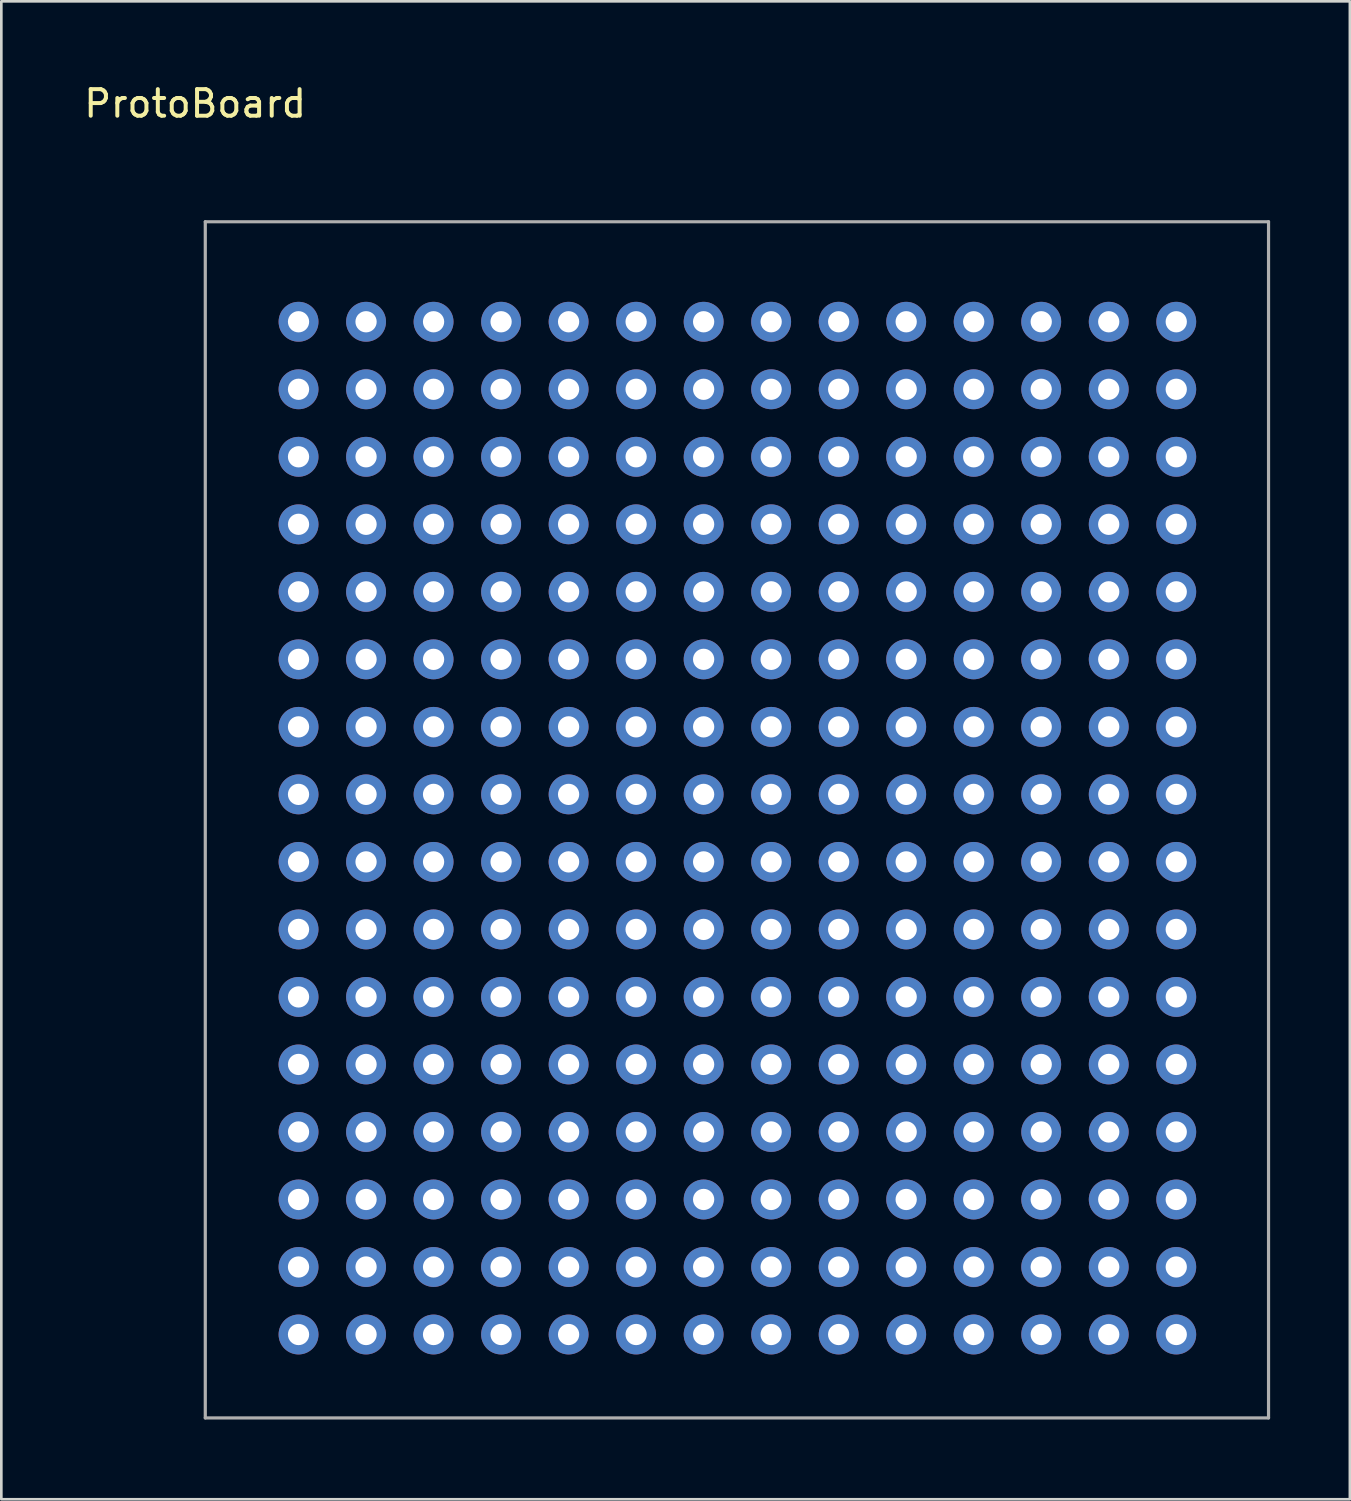
<source format=kicad_pcb>
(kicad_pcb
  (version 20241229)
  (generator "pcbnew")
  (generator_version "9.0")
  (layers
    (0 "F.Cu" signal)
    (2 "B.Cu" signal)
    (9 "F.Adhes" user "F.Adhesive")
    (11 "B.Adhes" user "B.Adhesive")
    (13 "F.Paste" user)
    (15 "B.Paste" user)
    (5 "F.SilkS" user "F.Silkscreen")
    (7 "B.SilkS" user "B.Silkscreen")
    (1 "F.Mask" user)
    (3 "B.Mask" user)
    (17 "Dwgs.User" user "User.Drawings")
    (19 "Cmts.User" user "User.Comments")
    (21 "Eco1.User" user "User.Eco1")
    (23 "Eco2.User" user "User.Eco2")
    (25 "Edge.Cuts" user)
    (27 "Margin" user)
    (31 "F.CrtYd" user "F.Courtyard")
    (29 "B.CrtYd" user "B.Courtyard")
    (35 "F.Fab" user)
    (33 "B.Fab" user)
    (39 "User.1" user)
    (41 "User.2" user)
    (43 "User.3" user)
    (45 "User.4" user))
  (footprint "ProtoBoard"
    (layer "F.Cu")
    (at 4.673 5.293)
    (property "Reference" "ProtoBoard" (at -0.381 -4.445 0) (layer "F.SilkS") (effects (font (size 1 1) (thickness 0.15))))
    (attr through_hole)
    (fp_line (start 0 0) (end 0 45) (stroke (width 0.12) (type solid)) (layer "F.Fab"))
    (fp_line (start 0 0) (end 40 0) (stroke (width 0.12) (type solid)) (layer "F.Fab"))
    (fp_line (start 0 45) (end 40 45) (stroke (width 0.12) (type solid)) (layer "F.Fab"))
    (fp_line (start 40 0) (end 40 45) (stroke (width 0.12) (type solid)) (layer "F.Fab"))
    (pad "1" thru_hole circle (at 3.508 3.762) (size 1.5 1.5) (drill 0.8) (layers "*.Cu" "*.Mask"))
    (pad "2" thru_hole circle (at 3.508 6.302) (size 1.5 1.5) (drill 0.8) (layers "*.Cu" "*.Mask"))
    (pad "3" thru_hole circle (at 3.508 8.842) (size 1.5 1.5) (drill 0.8) (layers "*.Cu" "*.Mask"))
    (pad "4" thru_hole circle (at 3.508 11.382) (size 1.5 1.5) (drill 0.8) (layers "*.Cu" "*.Mask"))
    (pad "5" thru_hole circle (at 3.508 13.922) (size 1.5 1.5) (drill 0.8) (layers "*.Cu" "*.Mask"))
    (pad "6" thru_hole circle (at 3.508 16.462) (size 1.5 1.5) (drill 0.8) (layers "*.Cu" "*.Mask"))
    (pad "7" thru_hole circle (at 3.508 19.002) (size 1.5 1.5) (drill 0.8) (layers "*.Cu" "*.Mask"))
    (pad "8" thru_hole circle (at 3.508 21.542) (size 1.5 1.5) (drill 0.8) (layers "*.Cu" "*.Mask"))
    (pad "9" thru_hole circle (at 3.508 24.082) (size 1.5 1.5) (drill 0.8) (layers "*.Cu" "*.Mask"))
    (pad "10" thru_hole circle (at 3.508 26.622) (size 1.5 1.5) (drill 0.8) (layers "*.Cu" "*.Mask"))
    (pad "11" thru_hole circle (at 3.508 29.162) (size 1.5 1.5) (drill 0.8) (layers "*.Cu" "*.Mask"))
    (pad "12" thru_hole circle (at 3.508 31.702) (size 1.5 1.5) (drill 0.8) (layers "*.Cu" "*.Mask"))
    (pad "13" thru_hole circle (at 3.508 34.242) (size 1.5 1.5) (drill 0.8) (layers "*.Cu" "*.Mask"))
    (pad "14" thru_hole circle (at 3.508 36.782) (size 1.5 1.5) (drill 0.8) (layers "*.Cu" "*.Mask"))
    (pad "15" thru_hole circle (at 3.508 39.322) (size 1.5 1.5) (drill 0.8) (layers "*.Cu" "*.Mask"))
    (pad "16" thru_hole circle (at 3.508 41.862) (size 1.5 1.5) (drill 0.8) (layers "*.Cu" "*.Mask"))
    (pad "17" thru_hole circle (at 6.048 3.762) (size 1.5 1.5) (drill 0.8) (layers "*.Cu" "*.Mask"))
    (pad "18" thru_hole circle (at 6.048 6.302) (size 1.5 1.5) (drill 0.8) (layers "*.Cu" "*.Mask"))
    (pad "19" thru_hole circle (at 6.048 8.842) (size 1.5 1.5) (drill 0.8) (layers "*.Cu" "*.Mask"))
    (pad "20" thru_hole circle (at 6.048 11.382) (size 1.5 1.5) (drill 0.8) (layers "*.Cu" "*.Mask"))
    (pad "21" thru_hole circle (at 6.048 13.922) (size 1.5 1.5) (drill 0.8) (layers "*.Cu" "*.Mask"))
    (pad "22" thru_hole circle (at 6.048 16.462) (size 1.5 1.5) (drill 0.8) (layers "*.Cu" "*.Mask"))
    (pad "23" thru_hole circle (at 6.048 19.002) (size 1.5 1.5) (drill 0.8) (layers "*.Cu" "*.Mask"))
    (pad "24" thru_hole circle (at 6.048 21.542) (size 1.5 1.5) (drill 0.8) (layers "*.Cu" "*.Mask"))
    (pad "25" thru_hole circle (at 6.048 24.082) (size 1.5 1.5) (drill 0.8) (layers "*.Cu" "*.Mask"))
    (pad "26" thru_hole circle (at 6.048 26.622) (size 1.5 1.5) (drill 0.8) (layers "*.Cu" "*.Mask"))
    (pad "27" thru_hole circle (at 6.048 29.162) (size 1.5 1.5) (drill 0.8) (layers "*.Cu" "*.Mask"))
    (pad "28" thru_hole circle (at 6.048 31.702) (size 1.5 1.5) (drill 0.8) (layers "*.Cu" "*.Mask"))
    (pad "29" thru_hole circle (at 6.048 34.242) (size 1.5 1.5) (drill 0.8) (layers "*.Cu" "*.Mask"))
    (pad "30" thru_hole circle (at 6.048 36.782) (size 1.5 1.5) (drill 0.8) (layers "*.Cu" "*.Mask"))
    (pad "31" thru_hole circle (at 6.048 39.322) (size 1.5 1.5) (drill 0.8) (layers "*.Cu" "*.Mask"))
    (pad "32" thru_hole circle (at 6.048 41.862) (size 1.5 1.5) (drill 0.8) (layers "*.Cu" "*.Mask"))
    (pad "33" thru_hole circle (at 8.588 3.762) (size 1.5 1.5) (drill 0.8) (layers "*.Cu" "*.Mask"))
    (pad "34" thru_hole circle (at 8.588 6.302) (size 1.5 1.5) (drill 0.8) (layers "*.Cu" "*.Mask"))
    (pad "35" thru_hole circle (at 8.588 8.842) (size 1.5 1.5) (drill 0.8) (layers "*.Cu" "*.Mask"))
    (pad "36" thru_hole circle (at 8.588 11.382) (size 1.5 1.5) (drill 0.8) (layers "*.Cu" "*.Mask"))
    (pad "37" thru_hole circle (at 8.588 13.922) (size 1.5 1.5) (drill 0.8) (layers "*.Cu" "*.Mask"))
    (pad "38" thru_hole circle (at 8.588 16.462) (size 1.5 1.5) (drill 0.8) (layers "*.Cu" "*.Mask"))
    (pad "39" thru_hole circle (at 8.588 19.002) (size 1.5 1.5) (drill 0.8) (layers "*.Cu" "*.Mask"))
    (pad "40" thru_hole circle (at 8.588 21.542) (size 1.5 1.5) (drill 0.8) (layers "*.Cu" "*.Mask"))
    (pad "41" thru_hole circle (at 8.588 24.082) (size 1.5 1.5) (drill 0.8) (layers "*.Cu" "*.Mask"))
    (pad "42" thru_hole circle (at 8.588 26.622) (size 1.5 1.5) (drill 0.8) (layers "*.Cu" "*.Mask"))
    (pad "43" thru_hole circle (at 8.588 29.162) (size 1.5 1.5) (drill 0.8) (layers "*.Cu" "*.Mask"))
    (pad "44" thru_hole circle (at 8.588 31.702) (size 1.5 1.5) (drill 0.8) (layers "*.Cu" "*.Mask"))
    (pad "45" thru_hole circle (at 8.588 34.242) (size 1.5 1.5) (drill 0.8) (layers "*.Cu" "*.Mask"))
    (pad "46" thru_hole circle (at 8.588 36.782) (size 1.5 1.5) (drill 0.8) (layers "*.Cu" "*.Mask"))
    (pad "47" thru_hole circle (at 8.588 39.322) (size 1.5 1.5) (drill 0.8) (layers "*.Cu" "*.Mask"))
    (pad "48" thru_hole circle (at 8.588 41.862) (size 1.5 1.5) (drill 0.8) (layers "*.Cu" "*.Mask"))
    (pad "49" thru_hole circle (at 11.128 3.762) (size 1.5 1.5) (drill 0.8) (layers "*.Cu" "*.Mask"))
    (pad "50" thru_hole circle (at 11.128 6.302) (size 1.5 1.5) (drill 0.8) (layers "*.Cu" "*.Mask"))
    (pad "51" thru_hole circle (at 11.128 8.842) (size 1.5 1.5) (drill 0.8) (layers "*.Cu" "*.Mask"))
    (pad "52" thru_hole circle (at 11.128 11.382) (size 1.5 1.5) (drill 0.8) (layers "*.Cu" "*.Mask"))
    (pad "53" thru_hole circle (at 11.128 13.922) (size 1.5 1.5) (drill 0.8) (layers "*.Cu" "*.Mask"))
    (pad "54" thru_hole circle (at 11.128 16.462) (size 1.5 1.5) (drill 0.8) (layers "*.Cu" "*.Mask"))
    (pad "55" thru_hole circle (at 11.128 19.002) (size 1.5 1.5) (drill 0.8) (layers "*.Cu" "*.Mask"))
    (pad "56" thru_hole circle (at 11.128 21.542) (size 1.5 1.5) (drill 0.8) (layers "*.Cu" "*.Mask"))
    (pad "57" thru_hole circle (at 11.128 24.082) (size 1.5 1.5) (drill 0.8) (layers "*.Cu" "*.Mask"))
    (pad "58" thru_hole circle (at 11.128 26.622) (size 1.5 1.5) (drill 0.8) (layers "*.Cu" "*.Mask"))
    (pad "59" thru_hole circle (at 11.128 29.162) (size 1.5 1.5) (drill 0.8) (layers "*.Cu" "*.Mask"))
    (pad "60" thru_hole circle (at 11.128 31.702) (size 1.5 1.5) (drill 0.8) (layers "*.Cu" "*.Mask"))
    (pad "61" thru_hole circle (at 11.128 34.242) (size 1.5 1.5) (drill 0.8) (layers "*.Cu" "*.Mask"))
    (pad "62" thru_hole circle (at 11.128 36.782) (size 1.5 1.5) (drill 0.8) (layers "*.Cu" "*.Mask"))
    (pad "63" thru_hole circle (at 11.128 39.322) (size 1.5 1.5) (drill 0.8) (layers "*.Cu" "*.Mask"))
    (pad "64" thru_hole circle (at 11.128 41.862) (size 1.5 1.5) (drill 0.8) (layers "*.Cu" "*.Mask"))
    (pad "65" thru_hole circle (at 13.668 3.762) (size 1.5 1.5) (drill 0.8) (layers "*.Cu" "*.Mask"))
    (pad "66" thru_hole circle (at 13.668 6.302) (size 1.5 1.5) (drill 0.8) (layers "*.Cu" "*.Mask"))
    (pad "67" thru_hole circle (at 13.668 8.842) (size 1.5 1.5) (drill 0.8) (layers "*.Cu" "*.Mask"))
    (pad "68" thru_hole circle (at 13.668 11.382) (size 1.5 1.5) (drill 0.8) (layers "*.Cu" "*.Mask"))
    (pad "69" thru_hole circle (at 13.668 13.922) (size 1.5 1.5) (drill 0.8) (layers "*.Cu" "*.Mask"))
    (pad "70" thru_hole circle (at 13.668 16.462) (size 1.5 1.5) (drill 0.8) (layers "*.Cu" "*.Mask"))
    (pad "71" thru_hole circle (at 13.668 19.002) (size 1.5 1.5) (drill 0.8) (layers "*.Cu" "*.Mask"))
    (pad "72" thru_hole circle (at 13.668 21.542) (size 1.5 1.5) (drill 0.8) (layers "*.Cu" "*.Mask"))
    (pad "73" thru_hole circle (at 13.668 24.082) (size 1.5 1.5) (drill 0.8) (layers "*.Cu" "*.Mask"))
    (pad "74" thru_hole circle (at 13.668 26.622) (size 1.5 1.5) (drill 0.8) (layers "*.Cu" "*.Mask"))
    (pad "75" thru_hole circle (at 13.668 29.162) (size 1.5 1.5) (drill 0.8) (layers "*.Cu" "*.Mask"))
    (pad "76" thru_hole circle (at 13.668 31.702) (size 1.5 1.5) (drill 0.8) (layers "*.Cu" "*.Mask"))
    (pad "77" thru_hole circle (at 13.668 34.242) (size 1.5 1.5) (drill 0.8) (layers "*.Cu" "*.Mask"))
    (pad "78" thru_hole circle (at 13.668 36.782) (size 1.5 1.5) (drill 0.8) (layers "*.Cu" "*.Mask"))
    (pad "79" thru_hole circle (at 13.668 39.322) (size 1.5 1.5) (drill 0.8) (layers "*.Cu" "*.Mask"))
    (pad "80" thru_hole circle (at 13.668 41.862) (size 1.5 1.5) (drill 0.8) (layers "*.Cu" "*.Mask"))
    (pad "81" thru_hole circle (at 16.208 3.762) (size 1.5 1.5) (drill 0.8) (layers "*.Cu" "*.Mask"))
    (pad "82" thru_hole circle (at 16.208 6.302) (size 1.5 1.5) (drill 0.8) (layers "*.Cu" "*.Mask"))
    (pad "83" thru_hole circle (at 16.208 8.842) (size 1.5 1.5) (drill 0.8) (layers "*.Cu" "*.Mask"))
    (pad "84" thru_hole circle (at 16.208 11.382) (size 1.5 1.5) (drill 0.8) (layers "*.Cu" "*.Mask"))
    (pad "85" thru_hole circle (at 16.208 13.922) (size 1.5 1.5) (drill 0.8) (layers "*.Cu" "*.Mask"))
    (pad "86" thru_hole circle (at 16.208 16.462) (size 1.5 1.5) (drill 0.8) (layers "*.Cu" "*.Mask"))
    (pad "87" thru_hole circle (at 16.208 19.002) (size 1.5 1.5) (drill 0.8) (layers "*.Cu" "*.Mask"))
    (pad "88" thru_hole circle (at 16.208 21.542) (size 1.5 1.5) (drill 0.8) (layers "*.Cu" "*.Mask"))
    (pad "89" thru_hole circle (at 16.208 24.082) (size 1.5 1.5) (drill 0.8) (layers "*.Cu" "*.Mask"))
    (pad "90" thru_hole circle (at 16.208 26.622) (size 1.5 1.5) (drill 0.8) (layers "*.Cu" "*.Mask"))
    (pad "91" thru_hole circle (at 16.208 29.162) (size 1.5 1.5) (drill 0.8) (layers "*.Cu" "*.Mask"))
    (pad "92" thru_hole circle (at 16.208 31.702) (size 1.5 1.5) (drill 0.8) (layers "*.Cu" "*.Mask"))
    (pad "93" thru_hole circle (at 16.208 34.242) (size 1.5 1.5) (drill 0.8) (layers "*.Cu" "*.Mask"))
    (pad "94" thru_hole circle (at 16.208 36.782) (size 1.5 1.5) (drill 0.8) (layers "*.Cu" "*.Mask"))
    (pad "95" thru_hole circle (at 16.208 39.322) (size 1.5 1.5) (drill 0.8) (layers "*.Cu" "*.Mask"))
    (pad "96" thru_hole circle (at 16.208 41.862) (size 1.5 1.5) (drill 0.8) (layers "*.Cu" "*.Mask"))
    (pad "97" thru_hole circle (at 18.748 3.762) (size 1.5 1.5) (drill 0.8) (layers "*.Cu" "*.Mask"))
    (pad "98" thru_hole circle (at 18.748 6.302) (size 1.5 1.5) (drill 0.8) (layers "*.Cu" "*.Mask"))
    (pad "99" thru_hole circle (at 18.748 8.842) (size 1.5 1.5) (drill 0.8) (layers "*.Cu" "*.Mask"))
    (pad "100" thru_hole circle (at 18.748 11.382) (size 1.5 1.5) (drill 0.8) (layers "*.Cu" "*.Mask"))
    (pad "101" thru_hole circle (at 18.748 13.922) (size 1.5 1.5) (drill 0.8) (layers "*.Cu" "*.Mask"))
    (pad "102" thru_hole circle (at 18.748 16.462) (size 1.5 1.5) (drill 0.8) (layers "*.Cu" "*.Mask"))
    (pad "103" thru_hole circle (at 18.748 19.002) (size 1.5 1.5) (drill 0.8) (layers "*.Cu" "*.Mask"))
    (pad "104" thru_hole circle (at 18.748 21.542) (size 1.5 1.5) (drill 0.8) (layers "*.Cu" "*.Mask"))
    (pad "105" thru_hole circle (at 18.748 24.082) (size 1.5 1.5) (drill 0.8) (layers "*.Cu" "*.Mask"))
    (pad "106" thru_hole circle (at 18.748 26.622) (size 1.5 1.5) (drill 0.8) (layers "*.Cu" "*.Mask"))
    (pad "107" thru_hole circle (at 18.748 29.162) (size 1.5 1.5) (drill 0.8) (layers "*.Cu" "*.Mask"))
    (pad "108" thru_hole circle (at 18.748 31.702) (size 1.5 1.5) (drill 0.8) (layers "*.Cu" "*.Mask"))
    (pad "109" thru_hole circle (at 18.748 34.242) (size 1.5 1.5) (drill 0.8) (layers "*.Cu" "*.Mask"))
    (pad "110" thru_hole circle (at 18.748 36.782) (size 1.5 1.5) (drill 0.8) (layers "*.Cu" "*.Mask"))
    (pad "111" thru_hole circle (at 18.748 39.322) (size 1.5 1.5) (drill 0.8) (layers "*.Cu" "*.Mask"))
    (pad "112" thru_hole circle (at 18.748 41.862) (size 1.5 1.5) (drill 0.8) (layers "*.Cu" "*.Mask"))
    (pad "113" thru_hole circle (at 21.288 3.762) (size 1.5 1.5) (drill 0.8) (layers "*.Cu" "*.Mask"))
    (pad "114" thru_hole circle (at 21.288 6.302) (size 1.5 1.5) (drill 0.8) (layers "*.Cu" "*.Mask"))
    (pad "115" thru_hole circle (at 21.288 8.842) (size 1.5 1.5) (drill 0.8) (layers "*.Cu" "*.Mask"))
    (pad "116" thru_hole circle (at 21.288 11.382) (size 1.5 1.5) (drill 0.8) (layers "*.Cu" "*.Mask"))
    (pad "117" thru_hole circle (at 21.288 13.922) (size 1.5 1.5) (drill 0.8) (layers "*.Cu" "*.Mask"))
    (pad "118" thru_hole circle (at 21.288 16.462) (size 1.5 1.5) (drill 0.8) (layers "*.Cu" "*.Mask"))
    (pad "119" thru_hole circle (at 21.288 19.002) (size 1.5 1.5) (drill 0.8) (layers "*.Cu" "*.Mask"))
    (pad "120" thru_hole circle (at 21.288 21.542) (size 1.5 1.5) (drill 0.8) (layers "*.Cu" "*.Mask"))
    (pad "121" thru_hole circle (at 21.288 24.082) (size 1.5 1.5) (drill 0.8) (layers "*.Cu" "*.Mask"))
    (pad "122" thru_hole circle (at 21.288 26.622) (size 1.5 1.5) (drill 0.8) (layers "*.Cu" "*.Mask"))
    (pad "123" thru_hole circle (at 21.288 29.162) (size 1.5 1.5) (drill 0.8) (layers "*.Cu" "*.Mask"))
    (pad "124" thru_hole circle (at 21.288 31.702) (size 1.5 1.5) (drill 0.8) (layers "*.Cu" "*.Mask"))
    (pad "125" thru_hole circle (at 21.288 34.242) (size 1.5 1.5) (drill 0.8) (layers "*.Cu" "*.Mask"))
    (pad "126" thru_hole circle (at 21.288 36.782) (size 1.5 1.5) (drill 0.8) (layers "*.Cu" "*.Mask"))
    (pad "127" thru_hole circle (at 21.288 39.322) (size 1.5 1.5) (drill 0.8) (layers "*.Cu" "*.Mask"))
    (pad "128" thru_hole circle (at 21.288 41.862) (size 1.5 1.5) (drill 0.8) (layers "*.Cu" "*.Mask"))
    (pad "129" thru_hole circle (at 23.828 3.762) (size 1.5 1.5) (drill 0.8) (layers "*.Cu" "*.Mask"))
    (pad "130" thru_hole circle (at 23.828 6.302) (size 1.5 1.5) (drill 0.8) (layers "*.Cu" "*.Mask"))
    (pad "131" thru_hole circle (at 23.828 8.842) (size 1.5 1.5) (drill 0.8) (layers "*.Cu" "*.Mask"))
    (pad "132" thru_hole circle (at 23.828 11.382) (size 1.5 1.5) (drill 0.8) (layers "*.Cu" "*.Mask"))
    (pad "133" thru_hole circle (at 23.828 13.922) (size 1.5 1.5) (drill 0.8) (layers "*.Cu" "*.Mask"))
    (pad "134" thru_hole circle (at 23.828 16.462) (size 1.5 1.5) (drill 0.8) (layers "*.Cu" "*.Mask"))
    (pad "135" thru_hole circle (at 23.828 19.002) (size 1.5 1.5) (drill 0.8) (layers "*.Cu" "*.Mask"))
    (pad "136" thru_hole circle (at 23.828 21.542) (size 1.5 1.5) (drill 0.8) (layers "*.Cu" "*.Mask"))
    (pad "137" thru_hole circle (at 23.828 24.082) (size 1.5 1.5) (drill 0.8) (layers "*.Cu" "*.Mask"))
    (pad "138" thru_hole circle (at 23.828 26.622) (size 1.5 1.5) (drill 0.8) (layers "*.Cu" "*.Mask"))
    (pad "139" thru_hole circle (at 23.828 29.162) (size 1.5 1.5) (drill 0.8) (layers "*.Cu" "*.Mask"))
    (pad "140" thru_hole circle (at 23.828 31.702) (size 1.5 1.5) (drill 0.8) (layers "*.Cu" "*.Mask"))
    (pad "141" thru_hole circle (at 23.828 34.242) (size 1.5 1.5) (drill 0.8) (layers "*.Cu" "*.Mask"))
    (pad "142" thru_hole circle (at 23.828 36.782) (size 1.5 1.5) (drill 0.8) (layers "*.Cu" "*.Mask"))
    (pad "143" thru_hole circle (at 23.828 39.322) (size 1.5 1.5) (drill 0.8) (layers "*.Cu" "*.Mask"))
    (pad "144" thru_hole circle (at 23.828 41.862) (size 1.5 1.5) (drill 0.8) (layers "*.Cu" "*.Mask"))
    (pad "145" thru_hole circle (at 26.368 3.762) (size 1.5 1.5) (drill 0.8) (layers "*.Cu" "*.Mask"))
    (pad "146" thru_hole circle (at 26.368 6.302) (size 1.5 1.5) (drill 0.8) (layers "*.Cu" "*.Mask"))
    (pad "147" thru_hole circle (at 26.368 8.842) (size 1.5 1.5) (drill 0.8) (layers "*.Cu" "*.Mask"))
    (pad "148" thru_hole circle (at 26.368 11.382) (size 1.5 1.5) (drill 0.8) (layers "*.Cu" "*.Mask"))
    (pad "149" thru_hole circle (at 26.368 13.922) (size 1.5 1.5) (drill 0.8) (layers "*.Cu" "*.Mask"))
    (pad "150" thru_hole circle (at 26.368 16.462) (size 1.5 1.5) (drill 0.8) (layers "*.Cu" "*.Mask"))
    (pad "151" thru_hole circle (at 26.368 19.002) (size 1.5 1.5) (drill 0.8) (layers "*.Cu" "*.Mask"))
    (pad "152" thru_hole circle (at 26.368 21.542) (size 1.5 1.5) (drill 0.8) (layers "*.Cu" "*.Mask"))
    (pad "153" thru_hole circle (at 26.368 24.082) (size 1.5 1.5) (drill 0.8) (layers "*.Cu" "*.Mask"))
    (pad "154" thru_hole circle (at 26.368 26.622) (size 1.5 1.5) (drill 0.8) (layers "*.Cu" "*.Mask"))
    (pad "155" thru_hole circle (at 26.368 29.162) (size 1.5 1.5) (drill 0.8) (layers "*.Cu" "*.Mask"))
    (pad "156" thru_hole circle (at 26.368 31.702) (size 1.5 1.5) (drill 0.8) (layers "*.Cu" "*.Mask"))
    (pad "157" thru_hole circle (at 26.368 34.242) (size 1.5 1.5) (drill 0.8) (layers "*.Cu" "*.Mask"))
    (pad "158" thru_hole circle (at 26.368 36.782) (size 1.5 1.5) (drill 0.8) (layers "*.Cu" "*.Mask"))
    (pad "159" thru_hole circle (at 26.368 39.322) (size 1.5 1.5) (drill 0.8) (layers "*.Cu" "*.Mask"))
    (pad "160" thru_hole circle (at 26.368 41.862) (size 1.5 1.5) (drill 0.8) (layers "*.Cu" "*.Mask"))
    (pad "161" thru_hole circle (at 28.908 3.762) (size 1.5 1.5) (drill 0.8) (layers "*.Cu" "*.Mask"))
    (pad "162" thru_hole circle (at 28.908 6.302) (size 1.5 1.5) (drill 0.8) (layers "*.Cu" "*.Mask"))
    (pad "163" thru_hole circle (at 28.908 8.842) (size 1.5 1.5) (drill 0.8) (layers "*.Cu" "*.Mask"))
    (pad "164" thru_hole circle (at 28.908 11.382) (size 1.5 1.5) (drill 0.8) (layers "*.Cu" "*.Mask"))
    (pad "165" thru_hole circle (at 28.908 13.922) (size 1.5 1.5) (drill 0.8) (layers "*.Cu" "*.Mask"))
    (pad "166" thru_hole circle (at 28.908 16.462) (size 1.5 1.5) (drill 0.8) (layers "*.Cu" "*.Mask"))
    (pad "167" thru_hole circle (at 28.908 19.002) (size 1.5 1.5) (drill 0.8) (layers "*.Cu" "*.Mask"))
    (pad "168" thru_hole circle (at 28.908 21.542) (size 1.5 1.5) (drill 0.8) (layers "*.Cu" "*.Mask"))
    (pad "169" thru_hole circle (at 28.908 24.082) (size 1.5 1.5) (drill 0.8) (layers "*.Cu" "*.Mask"))
    (pad "170" thru_hole circle (at 28.908 26.622) (size 1.5 1.5) (drill 0.8) (layers "*.Cu" "*.Mask"))
    (pad "171" thru_hole circle (at 28.908 29.162) (size 1.5 1.5) (drill 0.8) (layers "*.Cu" "*.Mask"))
    (pad "172" thru_hole circle (at 28.908 31.702) (size 1.5 1.5) (drill 0.8) (layers "*.Cu" "*.Mask"))
    (pad "173" thru_hole circle (at 28.908 34.242) (size 1.5 1.5) (drill 0.8) (layers "*.Cu" "*.Mask"))
    (pad "174" thru_hole circle (at 28.908 36.782) (size 1.5 1.5) (drill 0.8) (layers "*.Cu" "*.Mask"))
    (pad "175" thru_hole circle (at 28.908 39.322) (size 1.5 1.5) (drill 0.8) (layers "*.Cu" "*.Mask"))
    (pad "176" thru_hole circle (at 28.908 41.862) (size 1.5 1.5) (drill 0.8) (layers "*.Cu" "*.Mask"))
    (pad "177" thru_hole circle (at 31.448 3.762) (size 1.5 1.5) (drill 0.8) (layers "*.Cu" "*.Mask"))
    (pad "178" thru_hole circle (at 31.448 6.302) (size 1.5 1.5) (drill 0.8) (layers "*.Cu" "*.Mask"))
    (pad "179" thru_hole circle (at 31.448 8.842) (size 1.5 1.5) (drill 0.8) (layers "*.Cu" "*.Mask"))
    (pad "180" thru_hole circle (at 31.448 11.382) (size 1.5 1.5) (drill 0.8) (layers "*.Cu" "*.Mask"))
    (pad "181" thru_hole circle (at 31.448 13.922) (size 1.5 1.5) (drill 0.8) (layers "*.Cu" "*.Mask"))
    (pad "182" thru_hole circle (at 31.448 16.462) (size 1.5 1.5) (drill 0.8) (layers "*.Cu" "*.Mask"))
    (pad "183" thru_hole circle (at 31.448 19.002) (size 1.5 1.5) (drill 0.8) (layers "*.Cu" "*.Mask"))
    (pad "184" thru_hole circle (at 31.448 21.542) (size 1.5 1.5) (drill 0.8) (layers "*.Cu" "*.Mask"))
    (pad "185" thru_hole circle (at 31.448 24.082) (size 1.5 1.5) (drill 0.8) (layers "*.Cu" "*.Mask"))
    (pad "186" thru_hole circle (at 31.448 26.622) (size 1.5 1.5) (drill 0.8) (layers "*.Cu" "*.Mask"))
    (pad "187" thru_hole circle (at 31.448 29.162) (size 1.5 1.5) (drill 0.8) (layers "*.Cu" "*.Mask"))
    (pad "188" thru_hole circle (at 31.448 31.702) (size 1.5 1.5) (drill 0.8) (layers "*.Cu" "*.Mask"))
    (pad "189" thru_hole circle (at 31.448 34.242) (size 1.5 1.5) (drill 0.8) (layers "*.Cu" "*.Mask"))
    (pad "190" thru_hole circle (at 31.448 36.782) (size 1.5 1.5) (drill 0.8) (layers "*.Cu" "*.Mask"))
    (pad "191" thru_hole circle (at 31.448 39.322) (size 1.5 1.5) (drill 0.8) (layers "*.Cu" "*.Mask"))
    (pad "192" thru_hole circle (at 31.448 41.862) (size 1.5 1.5) (drill 0.8) (layers "*.Cu" "*.Mask"))
    (pad "193" thru_hole circle (at 33.988 3.762) (size 1.5 1.5) (drill 0.8) (layers "*.Cu" "*.Mask"))
    (pad "194" thru_hole circle (at 33.988 6.302) (size 1.5 1.5) (drill 0.8) (layers "*.Cu" "*.Mask"))
    (pad "195" thru_hole circle (at 33.988 8.842) (size 1.5 1.5) (drill 0.8) (layers "*.Cu" "*.Mask"))
    (pad "196" thru_hole circle (at 33.988 11.382) (size 1.5 1.5) (drill 0.8) (layers "*.Cu" "*.Mask"))
    (pad "197" thru_hole circle (at 33.988 13.922) (size 1.5 1.5) (drill 0.8) (layers "*.Cu" "*.Mask"))
    (pad "198" thru_hole circle (at 33.988 16.462) (size 1.5 1.5) (drill 0.8) (layers "*.Cu" "*.Mask"))
    (pad "199" thru_hole circle (at 33.988 19.002) (size 1.5 1.5) (drill 0.8) (layers "*.Cu" "*.Mask"))
    (pad "200" thru_hole circle (at 33.988 21.542) (size 1.5 1.5) (drill 0.8) (layers "*.Cu" "*.Mask"))
    (pad "201" thru_hole circle (at 33.988 24.082) (size 1.5 1.5) (drill 0.8) (layers "*.Cu" "*.Mask"))
    (pad "202" thru_hole circle (at 33.988 26.622) (size 1.5 1.5) (drill 0.8) (layers "*.Cu" "*.Mask"))
    (pad "203" thru_hole circle (at 33.988 29.162) (size 1.5 1.5) (drill 0.8) (layers "*.Cu" "*.Mask"))
    (pad "204" thru_hole circle (at 33.988 31.702) (size 1.5 1.5) (drill 0.8) (layers "*.Cu" "*.Mask"))
    (pad "205" thru_hole circle (at 33.988 34.242) (size 1.5 1.5) (drill 0.8) (layers "*.Cu" "*.Mask"))
    (pad "206" thru_hole circle (at 33.988 36.782) (size 1.5 1.5) (drill 0.8) (layers "*.Cu" "*.Mask"))
    (pad "207" thru_hole circle (at 33.988 39.322) (size 1.5 1.5) (drill 0.8) (layers "*.Cu" "*.Mask"))
    (pad "208" thru_hole circle (at 33.988 41.862) (size 1.5 1.5) (drill 0.8) (layers "*.Cu" "*.Mask"))
    (pad "209" thru_hole circle (at 36.528 3.762) (size 1.5 1.5) (drill 0.8) (layers "*.Cu" "*.Mask"))
    (pad "210" thru_hole circle (at 36.528 6.302) (size 1.5 1.5) (drill 0.8) (layers "*.Cu" "*.Mask"))
    (pad "211" thru_hole circle (at 36.528 8.842) (size 1.5 1.5) (drill 0.8) (layers "*.Cu" "*.Mask"))
    (pad "212" thru_hole circle (at 36.528 11.382) (size 1.5 1.5) (drill 0.8) (layers "*.Cu" "*.Mask"))
    (pad "213" thru_hole circle (at 36.528 13.922) (size 1.5 1.5) (drill 0.8) (layers "*.Cu" "*.Mask"))
    (pad "214" thru_hole circle (at 36.528 16.462) (size 1.5 1.5) (drill 0.8) (layers "*.Cu" "*.Mask"))
    (pad "215" thru_hole circle (at 36.528 19.002) (size 1.5 1.5) (drill 0.8) (layers "*.Cu" "*.Mask"))
    (pad "216" thru_hole circle (at 36.528 21.542) (size 1.5 1.5) (drill 0.8) (layers "*.Cu" "*.Mask"))
    (pad "217" thru_hole circle (at 36.528 24.082) (size 1.5 1.5) (drill 0.8) (layers "*.Cu" "*.Mask"))
    (pad "218" thru_hole circle (at 36.528 26.622) (size 1.5 1.5) (drill 0.8) (layers "*.Cu" "*.Mask"))
    (pad "219" thru_hole circle (at 36.528 29.162) (size 1.5 1.5) (drill 0.8) (layers "*.Cu" "*.Mask"))
    (pad "220" thru_hole circle (at 36.528 31.702) (size 1.5 1.5) (drill 0.8) (layers "*.Cu" "*.Mask"))
    (pad "221" thru_hole circle (at 36.528 34.242) (size 1.5 1.5) (drill 0.8) (layers "*.Cu" "*.Mask"))
    (pad "222" thru_hole circle (at 36.528 36.782) (size 1.5 1.5) (drill 0.8) (layers "*.Cu" "*.Mask"))
    (pad "223" thru_hole circle (at 36.528 39.322) (size 1.5 1.5) (drill 0.8) (layers "*.Cu" "*.Mask"))
    (pad "224" thru_hole circle (at 36.528 41.862) (size 1.5 1.5) (drill 0.8) (layers "*.Cu" "*.Mask")))
  (gr_rect
    (start -3 -3)
    (end 47.733 53.353)
    (stroke (width 0.1) (type default))
    (fill no)
    (layer "Edge.Cuts")))
</source>
